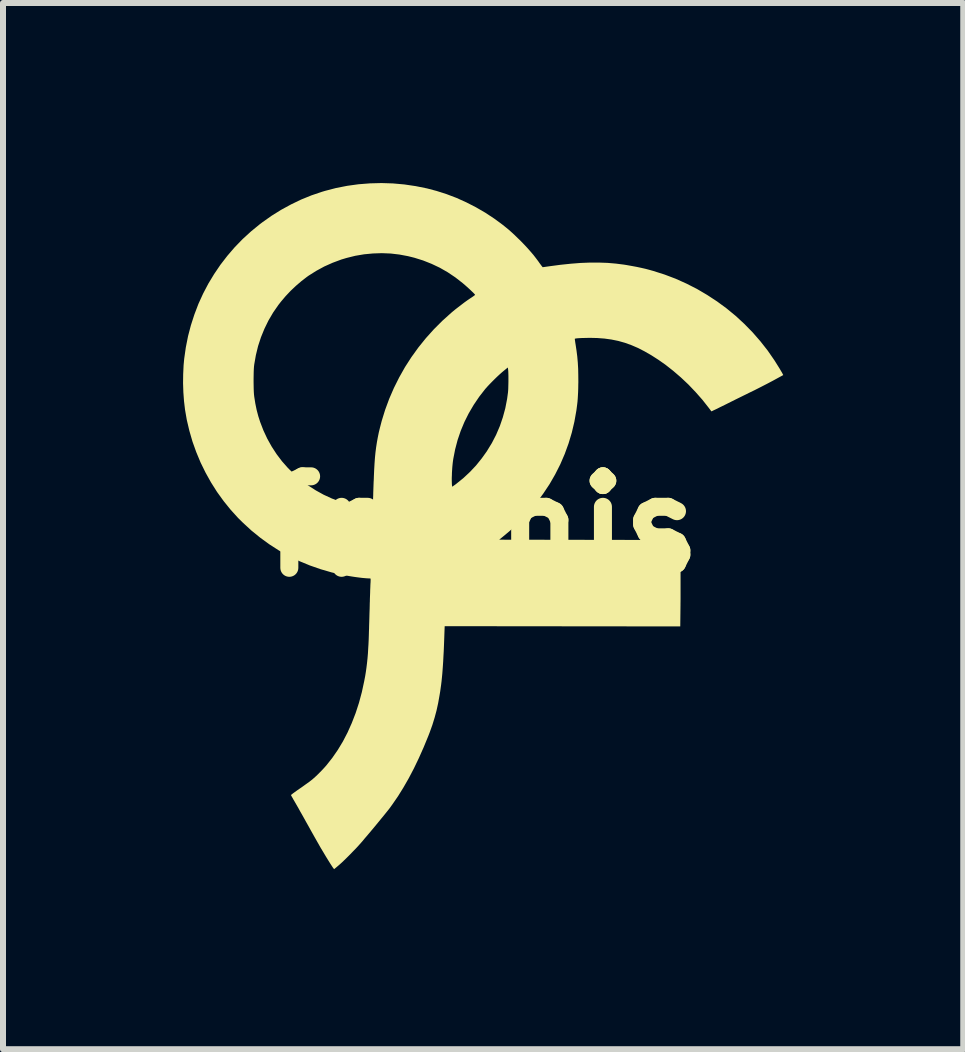
<source format=kicad_pcb>
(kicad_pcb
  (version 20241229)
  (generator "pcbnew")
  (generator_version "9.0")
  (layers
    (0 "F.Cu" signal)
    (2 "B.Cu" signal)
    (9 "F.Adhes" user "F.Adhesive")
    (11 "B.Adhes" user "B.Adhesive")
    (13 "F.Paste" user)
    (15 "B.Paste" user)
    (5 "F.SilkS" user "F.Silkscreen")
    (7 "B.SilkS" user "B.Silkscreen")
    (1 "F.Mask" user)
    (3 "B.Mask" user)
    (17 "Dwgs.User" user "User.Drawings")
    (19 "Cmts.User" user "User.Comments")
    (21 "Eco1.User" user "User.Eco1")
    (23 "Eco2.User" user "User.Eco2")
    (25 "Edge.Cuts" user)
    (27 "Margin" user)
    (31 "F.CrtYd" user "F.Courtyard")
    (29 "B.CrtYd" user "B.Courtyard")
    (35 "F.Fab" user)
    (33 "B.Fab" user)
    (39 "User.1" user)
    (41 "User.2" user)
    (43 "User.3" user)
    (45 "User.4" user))
  (footprint "fromis"
    (layer "F.Cu")
    (at 5 5.721)
    (property "Reference" "fromis" (at 0 0 0) (layer "F.SilkS") (effects (font (size 1.524 1.524) (thickness 0.3))))
    (attr board_only exclude_from_pos_files exclude_from_bom)
    (fp_poly (pts (xy -1.504 -5.715) (xy -1.314 -5.698) (xy -1.124 -5.67) (xy -0.936 -5.632) (xy -0.777 -5.59) (xy -0.611 -5.537) (xy -0.445 -5.474) (xy -0.281 -5.4) (xy -0.121 -5.318) (xy 0.036 -5.227) (xy 0.186 -5.128) (xy 0.271 -5.066) (xy 0.327 -5.024) (xy 0.378 -4.983) (xy 0.427 -4.943) (xy 0.474 -4.901) (xy 0.524 -4.855) (xy 0.576 -4.804) (xy 0.618 -4.764) (xy 0.682 -4.698) (xy 0.739 -4.637) (xy 0.79 -4.579) (xy 0.838 -4.523) (xy 0.882 -4.466) (xy 0.918 -4.418) (xy 0.936 -4.392) (xy 0.953 -4.369) (xy 0.967 -4.35) (xy 0.977 -4.337) (xy 0.979 -4.334) (xy 0.992 -4.319) (xy 1.106 -4.335) (xy 1.287 -4.359) (xy 1.459 -4.377) (xy 1.623 -4.39) (xy 1.78 -4.396) (xy 1.93 -4.396) (xy 2.073 -4.391) (xy 2.212 -4.379) (xy 2.346 -4.362) (xy 2.389 -4.355) (xy 2.479 -4.339) (xy 2.56 -4.324) (xy 2.635 -4.308) (xy 2.705 -4.292) (xy 2.773 -4.274) (xy 2.833 -4.257) (xy 3.022 -4.197) (xy 3.207 -4.127) (xy 3.387 -4.046) (xy 3.562 -3.957) (xy 3.732 -3.857) (xy 3.897 -3.749) (xy 4.055 -3.633) (xy 4.207 -3.508) (xy 4.351 -3.375) (xy 4.489 -3.234) (xy 4.618 -3.086) (xy 4.74 -2.931) (xy 4.852 -2.769) (xy 4.926 -2.651) (xy 4.944 -2.622) (xy 4.96 -2.594) (xy 4.974 -2.571) (xy 4.984 -2.553) (xy 4.988 -2.545) (xy 5 -2.522) (xy 4.912 -2.474) (xy 4.826 -2.427) (xy 4.733 -2.378) (xy 4.632 -2.326) (xy 4.524 -2.271) (xy 4.431 -2.226) (xy 4.385 -2.203) (xy 4.332 -2.177) (xy 4.273 -2.148) (xy 4.212 -2.118) (xy 4.15 -2.087) (xy 4.09 -2.057) (xy 4.034 -2.029) (xy 4.03 -2.027) (xy 3.983 -2.004) (xy 3.94 -1.983) (xy 3.901 -1.963) (xy 3.867 -1.947) (xy 3.839 -1.934) (xy 3.819 -1.924) (xy 3.806 -1.918) (xy 3.803 -1.917) (xy 3.799 -1.922) (xy 3.79 -1.934) (xy 3.777 -1.952) (xy 3.76 -1.974) (xy 3.757 -1.978) (xy 3.653 -2.11) (xy 3.54 -2.238) (xy 3.421 -2.363) (xy 3.296 -2.481) (xy 3.167 -2.592) (xy 3.036 -2.695) (xy 2.919 -2.777) (xy 2.802 -2.852) (xy 2.689 -2.917) (xy 2.578 -2.974) (xy 2.469 -3.021) (xy 2.36 -3.06) (xy 2.25 -3.091) (xy 2.137 -3.114) (xy 2.021 -3.13) (xy 1.901 -3.139) (xy 1.78 -3.142) (xy 1.732 -3.141) (xy 1.686 -3.14) (xy 1.643 -3.139) (xy 1.605 -3.137) (xy 1.573 -3.135) (xy 1.548 -3.132) (xy 1.533 -3.129) (xy 1.527 -3.127) (xy 1.527 -3.121) (xy 1.529 -3.106) (xy 1.532 -3.084) (xy 1.536 -3.056) (xy 1.539 -3.039) (xy 1.555 -2.933) (xy 1.568 -2.831) (xy 1.577 -2.729) (xy 1.583 -2.625) (xy 1.585 -2.517) (xy 1.586 -2.402) (xy 1.585 -2.372) (xy 1.584 -2.301) (xy 1.582 -2.239) (xy 1.579 -2.183) (xy 1.576 -2.131) (xy 1.572 -2.08) (xy 1.566 -2.029) (xy 1.559 -1.975) (xy 1.553 -1.93) (xy 1.52 -1.745) (xy 1.477 -1.563) (xy 1.423 -1.383) (xy 1.359 -1.207) (xy 1.285 -1.035) (xy 1.2 -0.867) (xy 1.106 -0.704) (xy 1.001 -0.546) (xy 0.888 -0.393) (xy 0.866 -0.366) (xy 0.769 -0.252) (xy 0.664 -0.138) (xy 0.553 -0.027) (xy 0.44 0.078) (xy 0.325 0.174) (xy 0.319 0.179) (xy 0.267 0.221) (xy 3.283 0.226) (xy 3.287 0.592) (xy 3.288 0.67) (xy 3.289 0.755) (xy 3.289 0.846) (xy 3.289 0.939) (xy 3.289 1.033) (xy 3.289 1.124) (xy 3.289 1.21) (xy 3.288 1.288) (xy 3.288 1.312) (xy 3.284 1.666) (xy 1.321 1.664) (xy -0.641 1.662) (xy -0.645 1.766) (xy -0.649 1.881) (xy -0.653 1.986) (xy -0.657 2.082) (xy -0.662 2.169) (xy -0.666 2.25) (xy -0.671 2.324) (xy -0.676 2.393) (xy -0.681 2.458) (xy -0.687 2.519) (xy -0.693 2.578) (xy -0.7 2.636) (xy -0.708 2.693) (xy -0.716 2.751) (xy -0.726 2.81) (xy -0.727 2.816) (xy -0.75 2.945) (xy -0.777 3.068) (xy -0.809 3.187) (xy -0.846 3.307) (xy -0.89 3.43) (xy -0.914 3.492) (xy -0.991 3.679) (xy -1.071 3.859) (xy -1.154 4.032) (xy -1.24 4.196) (xy -1.329 4.351) (xy -1.419 4.496) (xy -1.512 4.631) (xy -1.555 4.691) (xy -1.572 4.713) (xy -1.596 4.743) (xy -1.625 4.779) (xy -1.658 4.82) (xy -1.696 4.866) (xy -1.735 4.914) (xy -1.777 4.965) (xy -1.819 5.016) (xy -1.861 5.066) (xy -1.903 5.116) (xy -1.942 5.162) (xy -1.979 5.205) (xy -2.011 5.244) (xy -2.033 5.269) (xy -2.073 5.314) (xy -2.118 5.363) (xy -2.167 5.413) (xy -2.216 5.464) (xy -2.266 5.514) (xy -2.313 5.56) (xy -2.357 5.602) (xy -2.396 5.637) (xy -2.404 5.644) (xy -2.429 5.665) (xy -2.45 5.683) (xy -2.468 5.698) (xy -2.479 5.707) (xy -2.483 5.71) (xy -2.487 5.706) (xy -2.496 5.694) (xy -2.508 5.678) (xy -2.513 5.67) (xy -2.545 5.621) (xy -2.58 5.565) (xy -2.619 5.502) (xy -2.661 5.431) (xy -2.708 5.353) (xy -2.758 5.265) (xy -2.813 5.168) (xy -2.872 5.063) (xy -2.905 5.003) (xy -2.948 4.927) (xy -2.985 4.86) (xy -3.018 4.801) (xy -3.048 4.749) (xy -3.073 4.703) (xy -3.096 4.663) (xy -3.116 4.628) (xy -3.134 4.597) (xy -3.15 4.569) (xy -3.165 4.544) (xy -3.178 4.52) (xy -3.19 4.499) (xy -3.198 4.484) (xy -3.201 4.477) (xy -3.202 4.476) (xy -3.199 4.473) (xy -3.193 4.467) (xy -3.18 4.457) (xy -3.162 4.443) (xy -3.137 4.425) (xy -3.105 4.402) (xy -3.065 4.374) (xy -3.031 4.351) (xy -2.996 4.326) (xy -2.96 4.3) (xy -2.925 4.275) (xy -2.894 4.253) (xy -2.87 4.234) (xy -2.862 4.228) (xy -2.832 4.203) (xy -2.797 4.172) (xy -2.759 4.136) (xy -2.719 4.096) (xy -2.68 4.056) (xy -2.644 4.017) (xy -2.612 3.981) (xy -2.514 3.857) (xy -2.422 3.724) (xy -2.337 3.583) (xy -2.259 3.433) (xy -2.189 3.276) (xy -2.125 3.111) (xy -2.069 2.939) (xy -2.021 2.76) (xy -1.981 2.574) (xy -1.981 2.573) (xy -1.966 2.496) (xy -1.954 2.422) (xy -1.944 2.35) (xy -1.935 2.277) (xy -1.927 2.201) (xy -1.92 2.119) (xy -1.915 2.03) (xy -1.911 1.967) (xy -1.91 1.946) (xy -1.909 1.926) (xy -1.908 1.904) (xy -1.907 1.88) (xy -1.906 1.853) (xy -1.905 1.823) (xy -1.904 1.789) (xy -1.903 1.749) (xy -1.901 1.704) (xy -1.9 1.652) (xy -1.898 1.593) (xy -1.896 1.527) (xy -1.894 1.451) (xy -1.891 1.365) (xy -1.889 1.27) (xy -1.888 1.257) (xy -1.887 1.205) (xy -1.885 1.153) (xy -1.883 1.103) (xy -1.882 1.056) (xy -1.88 1.014) (xy -1.879 0.981) (xy -1.878 0.961) (xy -1.876 0.931) (xy -1.875 0.905) (xy -1.875 0.885) (xy -1.875 0.873) (xy -1.875 0.87) (xy -1.882 0.868) (xy -1.896 0.866) (xy -1.903 0.866) (xy -1.931 0.865) (xy -1.968 0.862) (xy -2.013 0.858) (xy -2.063 0.852) (xy -2.116 0.845) (xy -2.171 0.837) (xy -2.226 0.828) (xy -2.279 0.819) (xy -2.328 0.81) (xy -2.33 0.81) (xy -2.521 0.767) (xy -2.707 0.713) (xy -2.888 0.65) (xy -3.065 0.577) (xy -3.235 0.494) (xy -3.401 0.402) (xy -3.561 0.299) (xy -3.715 0.187) (xy -3.864 0.066) (xy -4.007 -0.066) (xy -4.083 -0.141) (xy -4.208 -0.279) (xy -4.325 -0.424) (xy -4.434 -0.575) (xy -4.534 -0.733) (xy -4.625 -0.896) (xy -4.708 -1.065) (xy -4.78 -1.238) (xy -4.843 -1.414) (xy -4.895 -1.594) (xy -4.938 -1.776) (xy -4.967 -1.944) (xy -4.984 -2.087) (xy -4.995 -2.235) (xy -5 -2.387) (xy -4.999 -2.461) (xy -3.825 -2.461) (xy -3.825 -2.402) (xy -3.824 -2.344) (xy -3.823 -2.289) (xy -3.821 -2.239) (xy -3.818 -2.196) (xy -3.814 -2.162) (xy -3.796 -2.048) (xy -3.774 -1.941) (xy -3.746 -1.835) (xy -3.716 -1.742) (xy -3.661 -1.599) (xy -3.597 -1.462) (xy -3.524 -1.331) (xy -3.442 -1.205) (xy -3.352 -1.086) (xy -3.253 -0.974) (xy -3.147 -0.868) (xy -3.034 -0.771) (xy -2.915 -0.682) (xy -2.789 -0.601) (xy -2.657 -0.528) (xy -2.52 -0.465) (xy -2.378 -0.412) (xy -2.243 -0.372) (xy -2.184 -0.357) (xy -2.122 -0.344) (xy -2.059 -0.333) (xy -2 -0.324) (xy -1.945 -0.317) (xy -1.897 -0.314) (xy -1.882 -0.313) (xy -1.838 -0.313) (xy -1.838 -0.328) (xy -1.838 -0.338) (xy -1.837 -0.359) (xy -1.837 -0.388) (xy -1.835 -0.424) (xy -1.834 -0.467) (xy -1.832 -0.516) (xy -1.831 -0.568) (xy -1.829 -0.623) (xy -1.827 -0.68) (xy -1.825 -0.738) (xy -1.823 -0.77) (xy -0.523 -0.77) (xy -0.522 -0.735) (xy -0.521 -0.705) (xy -0.519 -0.682) (xy -0.516 -0.668) (xy -0.513 -0.663) (xy -0.512 -0.663) (xy -0.505 -0.668) (xy -0.492 -0.678) (xy -0.473 -0.691) (xy -0.45 -0.708) (xy -0.444 -0.713) (xy -0.33 -0.805) (xy -0.222 -0.906) (xy -0.119 -1.015) (xy -0.024 -1.133) (xy 0.064 -1.256) (xy 0.064 -1.257) (xy 0.146 -1.391) (xy 0.217 -1.529) (xy 0.278 -1.672) (xy 0.328 -1.818) (xy 0.369 -1.969) (xy 0.399 -2.124) (xy 0.414 -2.235) (xy 0.416 -2.259) (xy 0.418 -2.29) (xy 0.419 -2.328) (xy 0.42 -2.37) (xy 0.421 -2.414) (xy 0.421 -2.459) (xy 0.421 -2.502) (xy 0.42 -2.542) (xy 0.419 -2.576) (xy 0.417 -2.603) (xy 0.415 -2.621) (xy 0.415 -2.622) (xy 0.411 -2.648) (xy 0.341 -2.591) (xy 0.309 -2.564) (xy 0.272 -2.531) (xy 0.231 -2.493) (xy 0.189 -2.452) (xy 0.148 -2.411) (xy 0.109 -2.371) (xy 0.073 -2.333) (xy 0.045 -2.301) (xy 0.038 -2.294) (xy -0.065 -2.162) (xy -0.157 -2.026) (xy -0.24 -1.885) (xy -0.312 -1.741) (xy -0.374 -1.592) (xy -0.426 -1.439) (xy -0.467 -1.283) (xy -0.498 -1.124) (xy -0.506 -1.067) (xy -0.51 -1.029) (xy -0.514 -0.987) (xy -0.517 -0.942) (xy -0.52 -0.897) (xy -0.521 -0.853) (xy -0.523 -0.81) (xy -0.523 -0.77) (xy -1.823 -0.77) (xy -1.822 -0.795) (xy -1.821 -0.827) (xy -1.816 -0.941) (xy -1.81 -1.046) (xy -1.803 -1.143) (xy -1.794 -1.234) (xy -1.783 -1.32) (xy -1.77 -1.404) (xy -1.755 -1.486) (xy -1.738 -1.569) (xy -1.717 -1.654) (xy -1.694 -1.743) (xy -1.691 -1.755) (xy -1.633 -1.943) (xy -1.565 -2.127) (xy -1.487 -2.307) (xy -1.399 -2.483) (xy -1.302 -2.655) (xy -1.195 -2.821) (xy -1.079 -2.982) (xy -0.954 -3.137) (xy -0.821 -3.285) (xy -0.68 -3.426) (xy -0.531 -3.56) (xy -0.505 -3.582) (xy -0.461 -3.618) (xy -0.412 -3.656) (xy -0.361 -3.695) (xy -0.31 -3.734) (xy -0.261 -3.769) (xy -0.217 -3.799) (xy -0.203 -3.808) (xy -0.179 -3.824) (xy -0.158 -3.839) (xy -0.143 -3.85) (xy -0.135 -3.858) (xy -0.135 -3.859) (xy -0.138 -3.865) (xy -0.149 -3.877) (xy -0.166 -3.895) (xy -0.188 -3.916) (xy -0.213 -3.94) (xy -0.24 -3.965) (xy -0.269 -3.991) (xy -0.297 -4.016) (xy -0.324 -4.039) (xy -0.34 -4.053) (xy -0.463 -4.149) (xy -0.591 -4.235) (xy -0.722 -4.31) (xy -0.859 -4.375) (xy -1 -4.431) (xy -1.147 -4.477) (xy -1.252 -4.503) (xy -1.395 -4.53) (xy -1.54 -4.547) (xy -1.688 -4.553) (xy -1.836 -4.548) (xy -1.984 -4.534) (xy -2.131 -4.509) (xy -2.276 -4.473) (xy -2.363 -4.447) (xy -2.508 -4.393) (xy -2.647 -4.331) (xy -2.781 -4.258) (xy -2.908 -4.178) (xy -2.936 -4.158) (xy -3.027 -4.088) (xy -3.118 -4.01) (xy -3.207 -3.926) (xy -3.291 -3.837) (xy -3.368 -3.746) (xy -3.411 -3.691) (xy -3.499 -3.564) (xy -3.577 -3.431) (xy -3.644 -3.294) (xy -3.702 -3.152) (xy -3.75 -3.005) (xy -3.787 -2.853) (xy -3.814 -2.699) (xy -3.818 -2.665) (xy -3.821 -2.623) (xy -3.823 -2.573) (xy -3.824 -2.519) (xy -3.825 -2.461) (xy -4.999 -2.461) (xy -4.998 -2.538) (xy -4.991 -2.686) (xy -4.981 -2.794) (xy -4.954 -2.983) (xy -4.917 -3.17) (xy -4.869 -3.353) (xy -4.811 -3.532) (xy -4.744 -3.708) (xy -4.666 -3.879) (xy -4.579 -4.045) (xy -4.482 -4.205) (xy -4.377 -4.36) (xy -4.262 -4.509) (xy -4.139 -4.652) (xy -4.007 -4.788) (xy -3.867 -4.916) (xy -3.719 -5.037) (xy -3.679 -5.067) (xy -3.525 -5.176) (xy -3.366 -5.275) (xy -3.201 -5.365) (xy -3.033 -5.446) (xy -2.861 -5.516) (xy -2.687 -5.575) (xy -2.637 -5.59) (xy -2.453 -5.638) (xy -2.265 -5.675) (xy -2.077 -5.701) (xy -1.886 -5.716) (xy -1.695 -5.721)) (stroke (width 0) (type solid)) (fill yes) (layer "F.SilkS")))
  (gr_rect
    (start -3 -3)
    (end 12.999 14.431)
    (stroke (width 0.1) (type default))
    (fill no)
    (layer "Edge.Cuts")))
</source>
